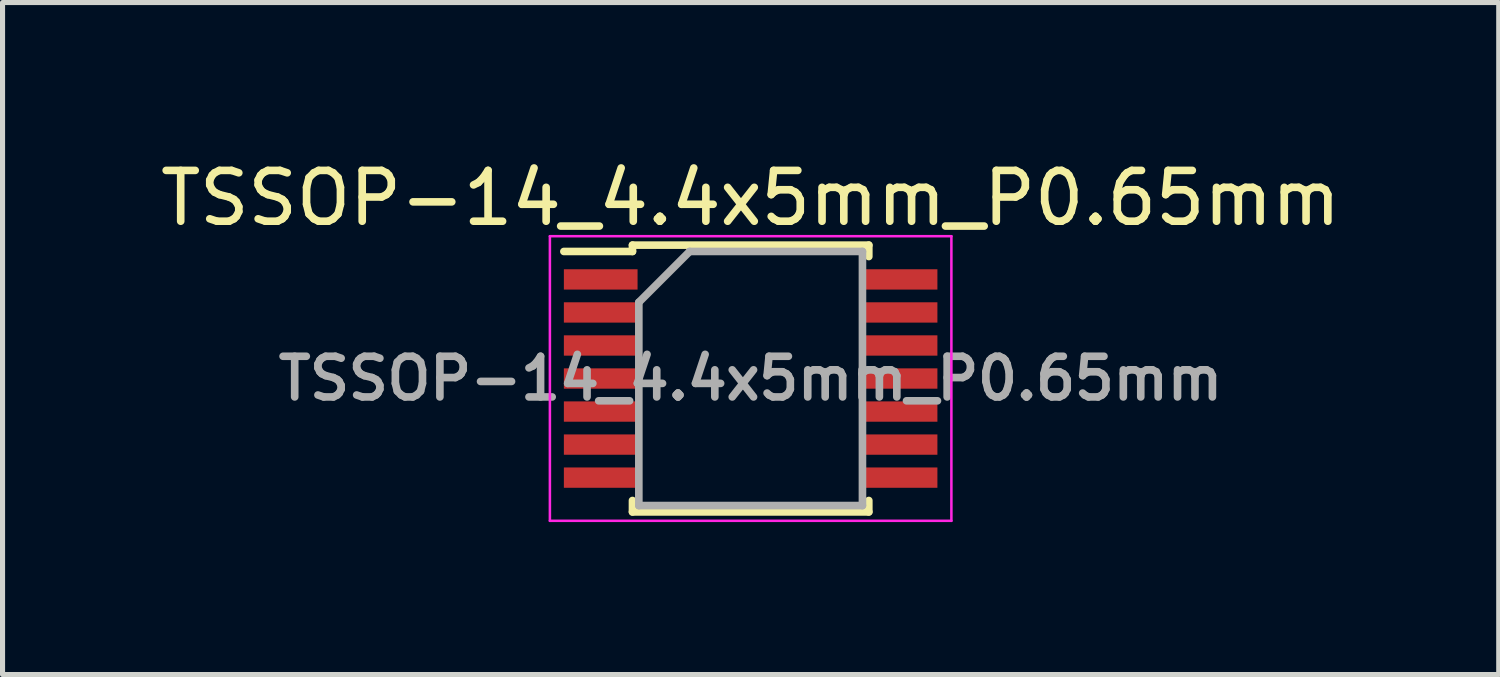
<source format=kicad_pcb>
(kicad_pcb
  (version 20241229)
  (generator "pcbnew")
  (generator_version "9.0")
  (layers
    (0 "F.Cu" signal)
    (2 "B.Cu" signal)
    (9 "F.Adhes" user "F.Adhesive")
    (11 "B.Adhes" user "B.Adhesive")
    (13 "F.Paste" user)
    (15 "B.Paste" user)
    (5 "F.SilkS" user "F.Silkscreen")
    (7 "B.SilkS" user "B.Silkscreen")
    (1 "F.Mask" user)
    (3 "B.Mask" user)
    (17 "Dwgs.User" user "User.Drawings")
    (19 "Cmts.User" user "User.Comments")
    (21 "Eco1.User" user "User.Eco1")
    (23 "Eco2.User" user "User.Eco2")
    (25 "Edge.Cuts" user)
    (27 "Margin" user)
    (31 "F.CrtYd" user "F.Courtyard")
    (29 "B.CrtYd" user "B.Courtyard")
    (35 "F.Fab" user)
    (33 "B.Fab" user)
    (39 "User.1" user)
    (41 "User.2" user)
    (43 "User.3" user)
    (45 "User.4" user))
  (footprint "TSSOP-14_4.4x5mm_P0.65mm"
    (layer "F.Cu")
    (at 11.72 4.398)
    (property "Reference" "TSSOP-14_4.4x5mm_P0.65mm" (at 0 -3.55 0) (layer "F.SilkS") (effects (font (size 1 1) (thickness 0.15))))
    (attr smd)
    (fp_line (start -2.325 -2.625) (end -2.325 -2.5) (stroke (width 0.15) (type solid)) (layer "F.SilkS"))
    (fp_line (start -2.325 -2.625) (end 2.325 -2.625) (stroke (width 0.15) (type solid)) (layer "F.SilkS"))
    (fp_line (start -2.325 -2.5) (end -3.675 -2.5) (stroke (width 0.15) (type solid)) (layer "F.SilkS"))
    (fp_line (start -2.325 2.625) (end -2.325 2.4) (stroke (width 0.15) (type solid)) (layer "F.SilkS"))
    (fp_line (start -2.325 2.625) (end 2.325 2.625) (stroke (width 0.15) (type solid)) (layer "F.SilkS"))
    (fp_line (start 2.325 -2.625) (end 2.325 -2.4) (stroke (width 0.15) (type solid)) (layer "F.SilkS"))
    (fp_line (start 2.325 2.625) (end 2.325 2.4) (stroke (width 0.15) (type solid)) (layer "F.SilkS"))
    (fp_line (start -3.95 -2.8) (end -3.95 2.8) (stroke (width 0.05) (type solid)) (layer "F.CrtYd"))
    (fp_line (start -3.95 -2.8) (end 3.95 -2.8) (stroke (width 0.05) (type solid)) (layer "F.CrtYd"))
    (fp_line (start -3.95 2.8) (end 3.95 2.8) (stroke (width 0.05) (type solid)) (layer "F.CrtYd"))
    (fp_line (start 3.95 -2.8) (end 3.95 2.8) (stroke (width 0.05) (type solid)) (layer "F.CrtYd"))
    (fp_line (start -2.2 -1.5) (end -1.2 -2.5) (stroke (width 0.15) (type solid)) (layer "F.Fab"))
    (fp_line (start -2.2 2.5) (end -2.2 -1.5) (stroke (width 0.15) (type solid)) (layer "F.Fab"))
    (fp_line (start -1.2 -2.5) (end 2.2 -2.5) (stroke (width 0.15) (type solid)) (layer "F.Fab"))
    (fp_line (start 2.2 -2.5) (end 2.2 2.5) (stroke (width 0.15) (type solid)) (layer "F.Fab"))
    (fp_line (start 2.2 2.5) (end -2.2 2.5) (stroke (width 0.15) (type solid)) (layer "F.Fab"))
    (fp_text user "${REFERENCE}" (at 0 0 0) (layer "F.Fab") (effects (font (size 0.8 0.8) (thickness 0.15))))
    (pad "1" smd rect (at -2.95 -1.95) (size 1.45 0.4) (layers "F.Cu" "F.Mask" "F.Paste"))
    (pad "2" smd rect (at -2.95 -1.3) (size 1.45 0.4) (layers "F.Cu" "F.Mask" "F.Paste"))
    (pad "3" smd rect (at -2.95 -0.65) (size 1.45 0.4) (layers "F.Cu" "F.Mask" "F.Paste"))
    (pad "4" smd rect (at -2.95 0) (size 1.45 0.4) (layers "F.Cu" "F.Mask" "F.Paste"))
    (pad "5" smd rect (at -2.95 0.65) (size 1.45 0.4) (layers "F.Cu" "F.Mask" "F.Paste"))
    (pad "6" smd rect (at -2.95 1.3) (size 1.45 0.4) (layers "F.Cu" "F.Mask" "F.Paste"))
    (pad "7" smd rect (at -2.95 1.95) (size 1.45 0.4) (layers "F.Cu" "F.Mask" "F.Paste"))
    (pad "8" smd rect (at 2.95 1.95) (size 1.45 0.4) (layers "F.Cu" "F.Mask" "F.Paste"))
    (pad "9" smd rect (at 2.95 1.3) (size 1.45 0.4) (layers "F.Cu" "F.Mask" "F.Paste"))
    (pad "10" smd rect (at 2.95 0.65) (size 1.45 0.4) (layers "F.Cu" "F.Mask" "F.Paste"))
    (pad "11" smd rect (at 2.95 0) (size 1.45 0.4) (layers "F.Cu" "F.Mask" "F.Paste"))
    (pad "12" smd rect (at 2.95 -0.65) (size 1.45 0.4) (layers "F.Cu" "F.Mask" "F.Paste"))
    (pad "13" smd rect (at 2.95 -1.3) (size 1.45 0.4) (layers "F.Cu" "F.Mask" "F.Paste"))
    (pad "14" smd rect (at 2.95 -1.95) (size 1.45 0.4) (layers "F.Cu" "F.Mask" "F.Paste")))
  (gr_rect
    (start -3 -3)
    (end 26.44 10.223)
    (stroke (width 0.1) (type default))
    (fill no)
    (layer "Edge.Cuts")))
</source>
